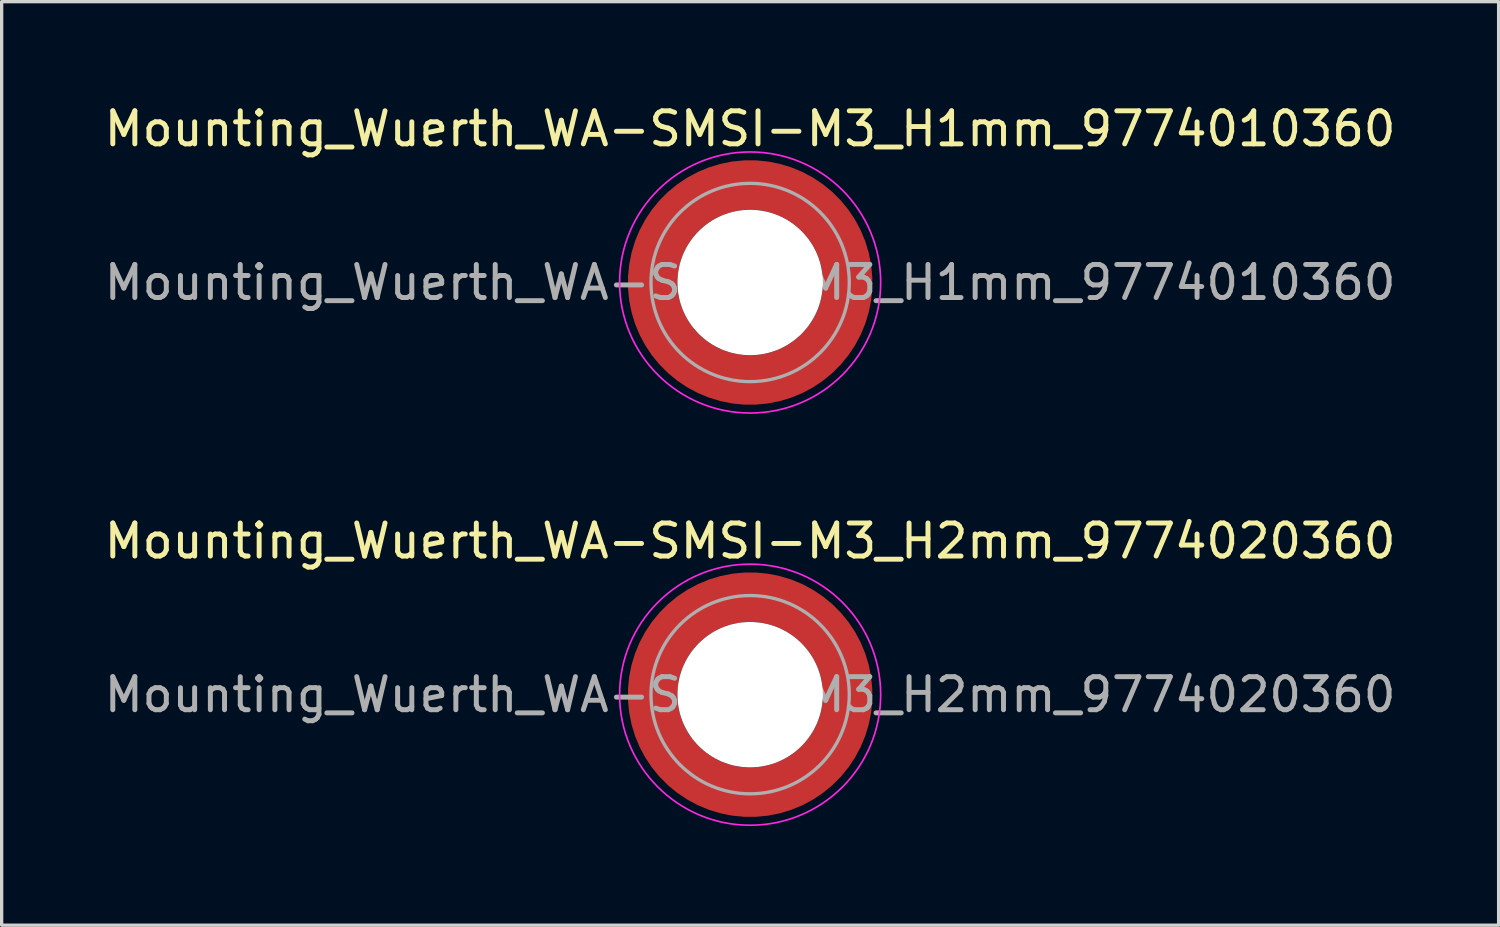
<source format=kicad_pcb>
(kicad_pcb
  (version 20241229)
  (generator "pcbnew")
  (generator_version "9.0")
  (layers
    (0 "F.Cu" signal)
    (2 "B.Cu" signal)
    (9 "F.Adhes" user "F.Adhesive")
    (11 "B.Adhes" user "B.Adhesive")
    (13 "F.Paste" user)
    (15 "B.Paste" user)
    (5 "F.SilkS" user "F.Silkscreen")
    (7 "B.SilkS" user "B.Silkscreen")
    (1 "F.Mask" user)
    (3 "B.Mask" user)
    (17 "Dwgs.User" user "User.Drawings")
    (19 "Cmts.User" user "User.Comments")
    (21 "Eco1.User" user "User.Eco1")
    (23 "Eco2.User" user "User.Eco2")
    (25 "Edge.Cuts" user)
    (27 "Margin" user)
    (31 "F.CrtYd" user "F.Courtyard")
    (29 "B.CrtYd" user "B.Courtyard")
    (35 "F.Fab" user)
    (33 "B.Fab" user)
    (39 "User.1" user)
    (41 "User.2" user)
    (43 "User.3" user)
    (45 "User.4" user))
  (footprint "Mounting_Wuerth_WA-SMSI-M3_H2mm_9774020360"
    (layer "F.Cu")
    (at 19.649 17.971)
    (property "Reference" "Mounting_Wuerth_WA-SMSI-M3_H2mm_9774020360" (at 0 -4.65 0) (layer "F.SilkS") (effects (font (size 1 1) (thickness 0.15))))
    (attr smd allow_soldermask_bridges)
    (fp_circle (center 0 0) (end 3.95 0) (stroke (width 0.05) (type solid)) (fill no) (layer "F.CrtYd"))
    (fp_circle (center 0 0) (end 3 0) (stroke (width 0.1) (type solid)) (fill no) (layer "F.Fab"))
    (fp_text user "${REFERENCE}" (at 0 0 0) (layer "F.Fab") (effects (font (size 1 1) (thickness 0.15))))
    (pad "" smd custom (at -2.058 -2.058) (size 0.55 0.55) (layers "F.Paste") (options (anchor circle)) (primitives (gr_arc (start -0.377294 1.707681) (mid 0.318198 0.318198) (end 1.707681 -0.377294) (width 0.2)) (gr_arc (start -0.478281 1.707681) (mid 0.247487 0.247487) (end 1.707681 -0.478281) (width 0.2)) (gr_arc (start -0.579192 1.707681) (mid 0.176777 0.176777) (end 1.707681 -0.579192) (width 0.2)) (gr_arc (start -0.680037 1.707681) (mid 0.106066 0.106066) (end 1.707681 -0.680037) (width 0.2)) (gr_arc (start -0.780822 1.707681) (mid 0.035355 0.035355) (end 1.707681 -0.780822) (width 0.2)) (gr_arc (start -0.881554 1.707681) (mid -0.035355 -0.035355) (end 1.707681 -0.881554) (width 0.2)) (gr_arc (start -0.982237 1.707681) (mid -0.106066 -0.106066) (end 1.707681 -0.982237) (width 0.2)) (gr_arc (start -1.082877 1.707681) (mid -0.176777 -0.176777) (end 1.707681 -1.082877) (width 0.2)) (gr_arc (start -1.183476 1.707681) (mid -0.247487 -0.247487) (end 1.707681 -1.183476) (width 0.2)) (gr_arc (start -1.28404 1.707681) (mid -0.318198 -0.318198) (end 1.707681 -1.28404) (width 0.2)) (gr_line (start 1.708 -0.377) (end 1.708 -1.284) (width 0.2)) (gr_line (start -0.377 1.708) (end -1.284 1.708) (width 0.2))))
    (pad "" smd custom (at -2.058 2.058) (size 0.55 0.55) (layers "F.Paste") (options (anchor circle)) (primitives (gr_arc (start 1.707681 0.377294) (mid 0.318198 -0.318198) (end -0.377294 -1.707681) (width 0.2)) (gr_arc (start 1.707681 0.478281) (mid 0.247487 -0.247487) (end -0.478281 -1.707681) (width 0.2)) (gr_arc (start 1.707681 0.579192) (mid 0.176777 -0.176777) (end -0.579192 -1.707681) (width 0.2)) (gr_arc (start 1.707681 0.680037) (mid 0.106066 -0.106066) (end -0.680037 -1.707681) (width 0.2)) (gr_arc (start 1.707681 0.780822) (mid 0.035355 -0.035355) (end -0.780822 -1.707681) (width 0.2)) (gr_arc (start 1.707681 0.881554) (mid -0.035355 0.035355) (end -0.881554 -1.707681) (width 0.2)) (gr_arc (start 1.707681 0.982237) (mid -0.106066 0.106066) (end -0.982237 -1.707681) (width 0.2)) (gr_arc (start 1.707681 1.082877) (mid -0.176777 0.176777) (end -1.082877 -1.707681) (width 0.2)) (gr_arc (start 1.707681 1.183476) (mid -0.247487 0.247487) (end -1.183476 -1.707681) (width 0.2)) (gr_arc (start 1.707681 1.28404) (mid -0.318198 0.318198) (end -1.28404 -1.707681) (width 0.2)) (gr_line (start -0.377 -1.708) (end -1.284 -1.708) (width 0.2)) (gr_line (start 1.708 0.377) (end 1.708 1.284) (width 0.2))))
    (pad "" np_thru_hole circle (at 0 0) (size 4.4 4.4) (drill 4.4) (layers "*.Cu" "*.Mask"))
    (pad "" smd custom (at 2.058 -2.058) (size 0.55 0.55) (layers "F.Paste") (options (anchor circle)) (primitives (gr_arc (start -1.707681 -0.377294) (mid -0.318198 0.318198) (end 0.377294 1.707681) (width 0.2)) (gr_arc (start -1.707681 -0.478281) (mid -0.247487 0.247487) (end 0.478281 1.707681) (width 0.2)) (gr_arc (start -1.707681 -0.579192) (mid -0.176777 0.176777) (end 0.579192 1.707681) (width 0.2)) (gr_arc (start -1.707681 -0.680037) (mid -0.106066 0.106066) (end 0.680037 1.707681) (width 0.2)) (gr_arc (start -1.707681 -0.780822) (mid -0.035355 0.035355) (end 0.780822 1.707681) (width 0.2)) (gr_arc (start -1.707681 -0.881554) (mid 0.035355 -0.035355) (end 0.881554 1.707681) (width 0.2)) (gr_arc (start -1.707681 -0.982237) (mid 0.106066 -0.106066) (end 0.982237 1.707681) (width 0.2)) (gr_arc (start -1.707681 -1.082877) (mid 0.176777 -0.176777) (end 1.082877 1.707681) (width 0.2)) (gr_arc (start -1.707681 -1.183476) (mid 0.247487 -0.247487) (end 1.183476 1.707681) (width 0.2)) (gr_arc (start -1.707681 -1.28404) (mid 0.318198 -0.318198) (end 1.28404 1.707681) (width 0.2)) (gr_line (start 0.377 1.708) (end 1.284 1.708) (width 0.2)) (gr_line (start -1.708 -0.377) (end -1.708 -1.284) (width 0.2))))
    (pad "" smd custom (at 2.058 2.058) (size 0.55 0.55) (layers "F.Paste") (options (anchor circle)) (primitives (gr_arc (start 0.377294 -1.707681) (mid -0.318198 -0.318198) (end -1.707681 0.377294) (width 0.2)) (gr_arc (start 0.478281 -1.707681) (mid -0.247487 -0.247487) (end -1.707681 0.478281) (width 0.2)) (gr_arc (start 0.579192 -1.707681) (mid -0.176777 -0.176777) (end -1.707681 0.579192) (width 0.2)) (gr_arc (start 0.680037 -1.707681) (mid -0.106066 -0.106066) (end -1.707681 0.680037) (width 0.2)) (gr_arc (start 0.780822 -1.707681) (mid -0.035355 -0.035355) (end -1.707681 0.780822) (width 0.2)) (gr_arc (start 0.881554 -1.707681) (mid 0.035355 0.035355) (end -1.707681 0.881554) (width 0.2)) (gr_arc (start 0.982237 -1.707681) (mid 0.106066 0.106066) (end -1.707681 0.982237) (width 0.2)) (gr_arc (start 1.082877 -1.707681) (mid 0.176777 0.176777) (end -1.707681 1.082877) (width 0.2)) (gr_arc (start 1.183476 -1.707681) (mid 0.247487 0.247487) (end -1.707681 1.183476) (width 0.2)) (gr_arc (start 1.28404 -1.707681) (mid 0.318198 0.318198) (end -1.707681 1.28404) (width 0.2)) (gr_line (start -1.708 0.377) (end -1.708 1.284) (width 0.2)) (gr_line (start 0.377 -1.708) (end 1.284 -1.708) (width 0.2))))
    (pad "1" smd circle (at -2.95 0) (size 0.992 0.992) (layers "F.Cu"))
    (pad "1" smd circle (at 0 -2.95) (size 0.992 0.992) (layers "F.Cu"))
    (pad "1" smd circle (at 0 2.95) (size 0.992 0.992) (layers "F.Cu"))
    (pad "1" smd custom (at 2.95 0) (size 1.5 1.5) (layers "F.Cu" "F.Mask") (options (anchor circle)) (primitives (gr_circle (center -2.95 0) (end 0 0) (width 1.5) (fill no)))))
  (footprint "Mounting_Wuerth_WA-SMSI-M3_H1mm_9774010360"
    (layer "F.Cu")
    (at 19.649 5.498)
    (property "Reference" "Mounting_Wuerth_WA-SMSI-M3_H1mm_9774010360" (at 0 -4.65 0) (layer "F.SilkS") (effects (font (size 1 1) (thickness 0.15))))
    (attr smd allow_soldermask_bridges)
    (fp_circle (center 0 0) (end 3.95 0) (stroke (width 0.05) (type solid)) (fill no) (layer "F.CrtYd"))
    (fp_circle (center 0 0) (end 3 0) (stroke (width 0.1) (type solid)) (fill no) (layer "F.Fab"))
    (fp_text user "${REFERENCE}" (at 0 0 0) (layer "F.Fab") (effects (font (size 1 1) (thickness 0.15))))
    (pad "" smd custom (at -2.058 -2.058) (size 0.55 0.55) (layers "F.Paste") (options (anchor circle)) (primitives (gr_arc (start -0.377294 1.707681) (mid 0.318198 0.318198) (end 1.707681 -0.377294) (width 0.2)) (gr_arc (start -0.478281 1.707681) (mid 0.247487 0.247487) (end 1.707681 -0.478281) (width 0.2)) (gr_arc (start -0.579192 1.707681) (mid 0.176777 0.176777) (end 1.707681 -0.579192) (width 0.2)) (gr_arc (start -0.680037 1.707681) (mid 0.106066 0.106066) (end 1.707681 -0.680037) (width 0.2)) (gr_arc (start -0.780822 1.707681) (mid 0.035355 0.035355) (end 1.707681 -0.780822) (width 0.2)) (gr_arc (start -0.881554 1.707681) (mid -0.035355 -0.035355) (end 1.707681 -0.881554) (width 0.2)) (gr_arc (start -0.982237 1.707681) (mid -0.106066 -0.106066) (end 1.707681 -0.982237) (width 0.2)) (gr_arc (start -1.082877 1.707681) (mid -0.176777 -0.176777) (end 1.707681 -1.082877) (width 0.2)) (gr_arc (start -1.183476 1.707681) (mid -0.247487 -0.247487) (end 1.707681 -1.183476) (width 0.2)) (gr_arc (start -1.28404 1.707681) (mid -0.318198 -0.318198) (end 1.707681 -1.28404) (width 0.2)) (gr_line (start 1.708 -0.377) (end 1.708 -1.284) (width 0.2)) (gr_line (start -0.377 1.708) (end -1.284 1.708) (width 0.2))))
    (pad "" smd custom (at -2.058 2.058) (size 0.55 0.55) (layers "F.Paste") (options (anchor circle)) (primitives (gr_arc (start 1.707681 0.377294) (mid 0.318198 -0.318198) (end -0.377294 -1.707681) (width 0.2)) (gr_arc (start 1.707681 0.478281) (mid 0.247487 -0.247487) (end -0.478281 -1.707681) (width 0.2)) (gr_arc (start 1.707681 0.579192) (mid 0.176777 -0.176777) (end -0.579192 -1.707681) (width 0.2)) (gr_arc (start 1.707681 0.680037) (mid 0.106066 -0.106066) (end -0.680037 -1.707681) (width 0.2)) (gr_arc (start 1.707681 0.780822) (mid 0.035355 -0.035355) (end -0.780822 -1.707681) (width 0.2)) (gr_arc (start 1.707681 0.881554) (mid -0.035355 0.035355) (end -0.881554 -1.707681) (width 0.2)) (gr_arc (start 1.707681 0.982237) (mid -0.106066 0.106066) (end -0.982237 -1.707681) (width 0.2)) (gr_arc (start 1.707681 1.082877) (mid -0.176777 0.176777) (end -1.082877 -1.707681) (width 0.2)) (gr_arc (start 1.707681 1.183476) (mid -0.247487 0.247487) (end -1.183476 -1.707681) (width 0.2)) (gr_arc (start 1.707681 1.28404) (mid -0.318198 0.318198) (end -1.28404 -1.707681) (width 0.2)) (gr_line (start -0.377 -1.708) (end -1.284 -1.708) (width 0.2)) (gr_line (start 1.708 0.377) (end 1.708 1.284) (width 0.2))))
    (pad "" np_thru_hole circle (at 0 0) (size 4.4 4.4) (drill 4.4) (layers "*.Cu" "*.Mask"))
    (pad "" smd custom (at 2.058 -2.058) (size 0.55 0.55) (layers "F.Paste") (options (anchor circle)) (primitives (gr_arc (start -1.707681 -0.377294) (mid -0.318198 0.318198) (end 0.377294 1.707681) (width 0.2)) (gr_arc (start -1.707681 -0.478281) (mid -0.247487 0.247487) (end 0.478281 1.707681) (width 0.2)) (gr_arc (start -1.707681 -0.579192) (mid -0.176777 0.176777) (end 0.579192 1.707681) (width 0.2)) (gr_arc (start -1.707681 -0.680037) (mid -0.106066 0.106066) (end 0.680037 1.707681) (width 0.2)) (gr_arc (start -1.707681 -0.780822) (mid -0.035355 0.035355) (end 0.780822 1.707681) (width 0.2)) (gr_arc (start -1.707681 -0.881554) (mid 0.035355 -0.035355) (end 0.881554 1.707681) (width 0.2)) (gr_arc (start -1.707681 -0.982237) (mid 0.106066 -0.106066) (end 0.982237 1.707681) (width 0.2)) (gr_arc (start -1.707681 -1.082877) (mid 0.176777 -0.176777) (end 1.082877 1.707681) (width 0.2)) (gr_arc (start -1.707681 -1.183476) (mid 0.247487 -0.247487) (end 1.183476 1.707681) (width 0.2)) (gr_arc (start -1.707681 -1.28404) (mid 0.318198 -0.318198) (end 1.28404 1.707681) (width 0.2)) (gr_line (start 0.377 1.708) (end 1.284 1.708) (width 0.2)) (gr_line (start -1.708 -0.377) (end -1.708 -1.284) (width 0.2))))
    (pad "" smd custom (at 2.058 2.058) (size 0.55 0.55) (layers "F.Paste") (options (anchor circle)) (primitives (gr_arc (start 0.377294 -1.707681) (mid -0.318198 -0.318198) (end -1.707681 0.377294) (width 0.2)) (gr_arc (start 0.478281 -1.707681) (mid -0.247487 -0.247487) (end -1.707681 0.478281) (width 0.2)) (gr_arc (start 0.579192 -1.707681) (mid -0.176777 -0.176777) (end -1.707681 0.579192) (width 0.2)) (gr_arc (start 0.680037 -1.707681) (mid -0.106066 -0.106066) (end -1.707681 0.680037) (width 0.2)) (gr_arc (start 0.780822 -1.707681) (mid -0.035355 -0.035355) (end -1.707681 0.780822) (width 0.2)) (gr_arc (start 0.881554 -1.707681) (mid 0.035355 0.035355) (end -1.707681 0.881554) (width 0.2)) (gr_arc (start 0.982237 -1.707681) (mid 0.106066 0.106066) (end -1.707681 0.982237) (width 0.2)) (gr_arc (start 1.082877 -1.707681) (mid 0.176777 0.176777) (end -1.707681 1.082877) (width 0.2)) (gr_arc (start 1.183476 -1.707681) (mid 0.247487 0.247487) (end -1.707681 1.183476) (width 0.2)) (gr_arc (start 1.28404 -1.707681) (mid 0.318198 0.318198) (end -1.707681 1.28404) (width 0.2)) (gr_line (start -1.708 0.377) (end -1.708 1.284) (width 0.2)) (gr_line (start 0.377 -1.708) (end 1.284 -1.708) (width 0.2))))
    (pad "1" smd circle (at -2.95 0) (size 0.992 0.992) (layers "F.Cu"))
    (pad "1" smd circle (at 0 -2.95) (size 0.992 0.992) (layers "F.Cu"))
    (pad "1" smd circle (at 0 2.95) (size 0.992 0.992) (layers "F.Cu"))
    (pad "1" smd custom (at 2.95 0) (size 1.5 1.5) (layers "F.Cu" "F.Mask") (options (anchor circle)) (primitives (gr_circle (center -2.95 0) (end 0 0) (width 1.5) (fill no)))))
  (gr_rect
    (start -3 -3)
    (end 42.298 24.947)
    (stroke (width 0.1) (type default))
    (fill no)
    (layer "Edge.Cuts")))
</source>
